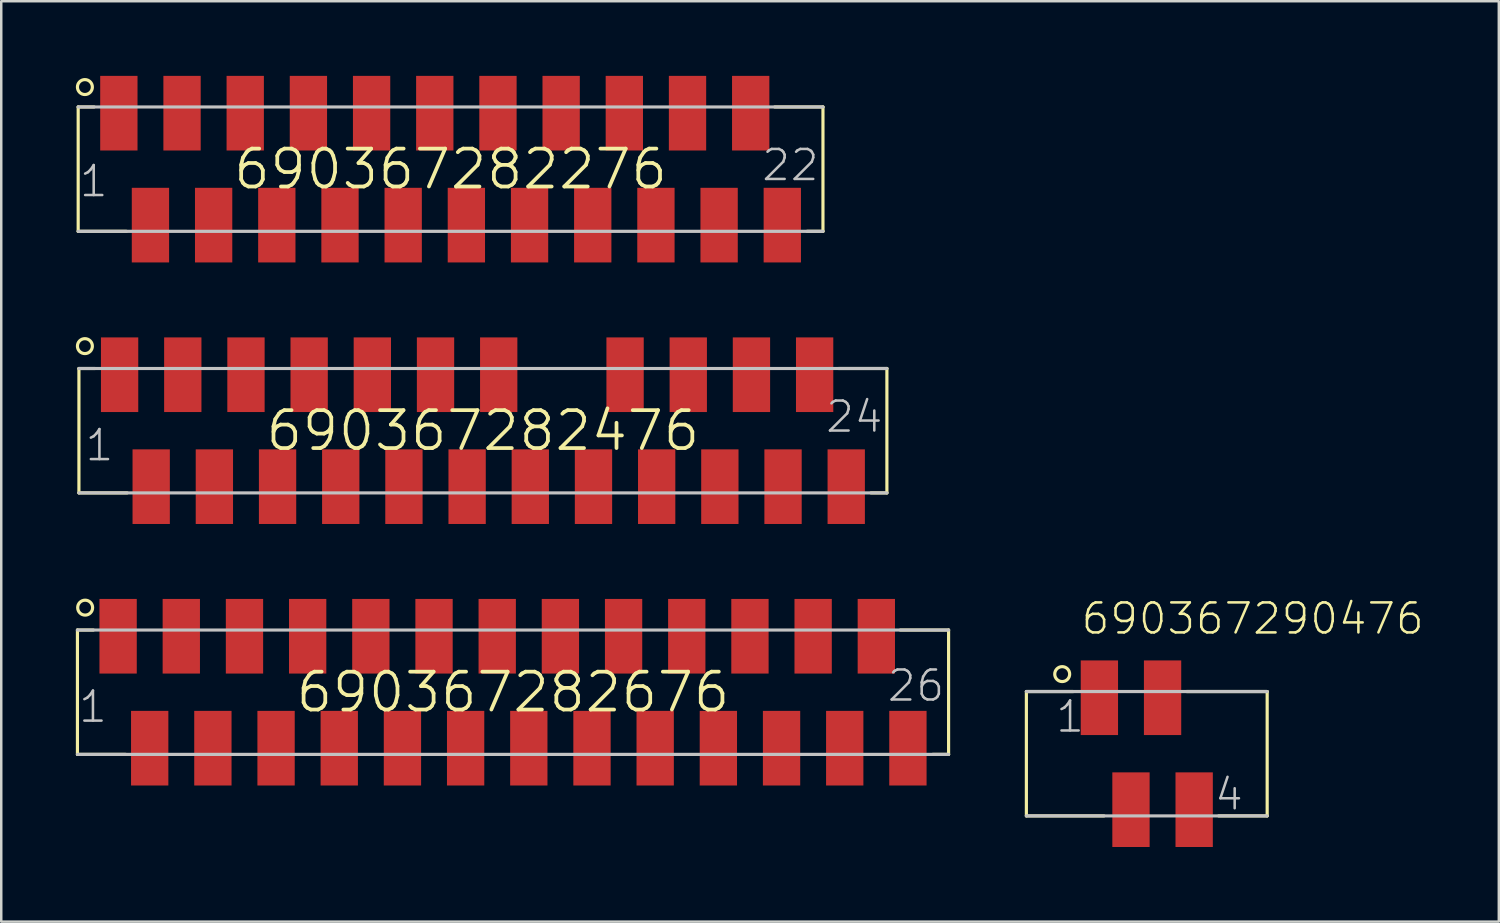
<source format=kicad_pcb>
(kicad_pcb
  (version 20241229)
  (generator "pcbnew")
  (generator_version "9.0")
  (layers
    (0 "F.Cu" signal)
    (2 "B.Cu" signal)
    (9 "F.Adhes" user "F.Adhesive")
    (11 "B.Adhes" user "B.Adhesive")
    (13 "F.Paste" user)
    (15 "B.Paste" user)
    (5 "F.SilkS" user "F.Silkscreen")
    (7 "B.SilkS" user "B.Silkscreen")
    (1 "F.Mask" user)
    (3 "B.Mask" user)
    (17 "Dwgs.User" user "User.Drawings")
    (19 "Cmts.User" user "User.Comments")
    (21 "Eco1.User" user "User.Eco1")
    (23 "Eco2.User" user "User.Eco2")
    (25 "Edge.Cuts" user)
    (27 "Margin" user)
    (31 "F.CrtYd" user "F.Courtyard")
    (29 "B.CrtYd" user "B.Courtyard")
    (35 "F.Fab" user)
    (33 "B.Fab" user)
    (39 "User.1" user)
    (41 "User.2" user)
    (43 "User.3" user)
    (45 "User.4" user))
  (footprint "690367282276"
    (layer "F.Cu")
    (at 15.063 3.75)
    (property "Reference" "690367282276" (at 0 0 0) (layer "F.SilkS") (effects (font (size 1.524 1.524) (thickness 0.15))))
    (attr through_hole)
    (fp_line (start -14.97 -2.5) (end -14.97 2.5) (stroke (width 0.127) (type solid)) (layer "F.SilkS"))
    (fp_line (start -14.33 -2.5) (end -14.97 -2.5) (stroke (width 0.127) (type solid)) (layer "F.SilkS"))
    (fp_line (start -13.03 2.5) (end -14.97 2.5) (stroke (width 0.127) (type solid)) (layer "F.SilkS"))
    (fp_line (start 13.03 -2.5) (end 14.97 -2.5) (stroke (width 0.127) (type solid)) (layer "F.SilkS"))
    (fp_line (start 14.33 2.5) (end 14.97 2.5) (stroke (width 0.127) (type solid)) (layer "F.SilkS"))
    (fp_line (start 14.97 2.5) (end 14.97 -2.5) (stroke (width 0.127) (type solid)) (layer "F.SilkS"))
    (fp_circle (center -14.7 -3.3) (end -14.4 -3.3) (stroke (width 0.127) (type solid)) (fill no) (layer "F.SilkS"))
    (fp_line (start -14.97 -2.5) (end 14.97 -2.5) (stroke (width 0.127) (type solid)) (layer "Dwgs.User"))
    (fp_line (start -14.97 2.5) (end 14.97 2.5) (stroke (width 0.127) (type solid)) (layer "Dwgs.User"))
    (fp_text user "22" (at 14.875 -0.866 0) (layer "Dwgs.User") (effects (font (size 1.206 1.206) (thickness 0.102)) (justify right top)))
    (fp_text user "1" (at -13.705 -0.218 0) (layer "Dwgs.User") (effects (font (size 1.206 1.206) (thickness 0.102)) (justify right top)))
    (pad "1" smd rect (at -13.335 -2.25) (size 1.5 3) (layers "F.Cu" "F.Mask" "F.Paste"))
    (pad "2" smd rect (at -12.065 2.25) (size 1.5 3) (layers "F.Cu" "F.Mask" "F.Paste"))
    (pad "3" smd rect (at -10.795 -2.25) (size 1.5 3) (layers "F.Cu" "F.Mask" "F.Paste"))
    (pad "4" smd rect (at -9.525 2.25) (size 1.5 3) (layers "F.Cu" "F.Mask" "F.Paste"))
    (pad "5" smd rect (at -8.255 -2.25) (size 1.5 3) (layers "F.Cu" "F.Mask" "F.Paste"))
    (pad "6" smd rect (at -6.985 2.25) (size 1.5 3) (layers "F.Cu" "F.Mask" "F.Paste"))
    (pad "7" smd rect (at -5.715 -2.25) (size 1.5 3) (layers "F.Cu" "F.Mask" "F.Paste"))
    (pad "8" smd rect (at -4.445 2.25) (size 1.5 3) (layers "F.Cu" "F.Mask" "F.Paste"))
    (pad "9" smd rect (at -3.175 -2.25) (size 1.5 3) (layers "F.Cu" "F.Mask" "F.Paste"))
    (pad "10" smd rect (at -1.905 2.25) (size 1.5 3) (layers "F.Cu" "F.Mask" "F.Paste"))
    (pad "11" smd rect (at -0.635 -2.25) (size 1.5 3) (layers "F.Cu" "F.Mask" "F.Paste"))
    (pad "12" smd rect (at 0.635 2.25) (size 1.5 3) (layers "F.Cu" "F.Mask" "F.Paste"))
    (pad "13" smd rect (at 1.905 -2.25) (size 1.5 3) (layers "F.Cu" "F.Mask" "F.Paste"))
    (pad "14" smd rect (at 3.175 2.25) (size 1.5 3) (layers "F.Cu" "F.Mask" "F.Paste"))
    (pad "15" smd rect (at 4.445 -2.25) (size 1.5 3) (layers "F.Cu" "F.Mask" "F.Paste"))
    (pad "16" smd rect (at 5.715 2.25) (size 1.5 3) (layers "F.Cu" "F.Mask" "F.Paste"))
    (pad "17" smd rect (at 6.985 -2.25) (size 1.5 3) (layers "F.Cu" "F.Mask" "F.Paste"))
    (pad "18" smd rect (at 8.255 2.25) (size 1.5 3) (layers "F.Cu" "F.Mask" "F.Paste"))
    (pad "19" smd rect (at 9.525 -2.25) (size 1.5 3) (layers "F.Cu" "F.Mask" "F.Paste"))
    (pad "20" smd rect (at 10.795 2.25) (size 1.5 3) (layers "F.Cu" "F.Mask" "F.Paste"))
    (pad "21" smd rect (at 12.065 -2.25) (size 1.5 3) (layers "F.Cu" "F.Mask" "F.Paste"))
    (pad "22" smd rect (at 13.335 2.25) (size 1.5 3) (layers "F.Cu" "F.Mask" "F.Paste")))
  (footprint "690367282676"
    (layer "F.Cu")
    (at 17.573 24.777)
    (property "Reference" "690367282676" (at 0 0 0) (layer "F.SilkS") (effects (font (size 1.524 1.524) (thickness 0.15))))
    (attr through_hole)
    (fp_line (start -17.51 -2.5) (end -17.51 2.5) (stroke (width 0.127) (type solid)) (layer "F.SilkS"))
    (fp_line (start -16.87 -2.5) (end -17.51 -2.5) (stroke (width 0.127) (type solid)) (layer "F.SilkS"))
    (fp_line (start -15.57 2.5) (end -17.51 2.5) (stroke (width 0.127) (type solid)) (layer "F.SilkS"))
    (fp_line (start 15.57 -2.5) (end 17.51 -2.5) (stroke (width 0.127) (type solid)) (layer "F.SilkS"))
    (fp_line (start 16.87 2.5) (end 17.51 2.5) (stroke (width 0.127) (type solid)) (layer "F.SilkS"))
    (fp_line (start 17.51 2.5) (end 17.51 -2.5) (stroke (width 0.127) (type solid)) (layer "F.SilkS"))
    (fp_circle (center -17.2 -3.4) (end -16.9 -3.4) (stroke (width 0.127) (type solid)) (fill no) (layer "F.SilkS"))
    (fp_line (start -17.51 -2.5) (end 17.51 -2.5) (stroke (width 0.127) (type solid)) (layer "Dwgs.User"))
    (fp_line (start -17.51 2.5) (end 17.51 2.5) (stroke (width 0.127) (type solid)) (layer "Dwgs.User"))
    (fp_text user "1" (at -16.245 -0.118 0) (layer "Dwgs.User") (effects (font (size 1.206 1.206) (thickness 0.102)) (justify right top)))
    (fp_text user "26" (at 17.415 -0.966 0) (layer "Dwgs.User") (effects (font (size 1.206 1.206) (thickness 0.102)) (justify right top)))
    (pad "1" smd rect (at -15.875 -2.25) (size 1.5 3) (layers "F.Cu" "F.Mask" "F.Paste"))
    (pad "2" smd rect (at -14.605 2.25) (size 1.5 3) (layers "F.Cu" "F.Mask" "F.Paste"))
    (pad "3" smd rect (at -13.335 -2.25) (size 1.5 3) (layers "F.Cu" "F.Mask" "F.Paste"))
    (pad "4" smd rect (at -12.065 2.25) (size 1.5 3) (layers "F.Cu" "F.Mask" "F.Paste"))
    (pad "5" smd rect (at -10.795 -2.25) (size 1.5 3) (layers "F.Cu" "F.Mask" "F.Paste"))
    (pad "6" smd rect (at -9.525 2.25) (size 1.5 3) (layers "F.Cu" "F.Mask" "F.Paste"))
    (pad "7" smd rect (at -8.255 -2.25) (size 1.5 3) (layers "F.Cu" "F.Mask" "F.Paste"))
    (pad "8" smd rect (at -6.985 2.25) (size 1.5 3) (layers "F.Cu" "F.Mask" "F.Paste"))
    (pad "9" smd rect (at -5.715 -2.25) (size 1.5 3) (layers "F.Cu" "F.Mask" "F.Paste"))
    (pad "10" smd rect (at -4.445 2.25) (size 1.5 3) (layers "F.Cu" "F.Mask" "F.Paste"))
    (pad "11" smd rect (at -3.175 -2.25) (size 1.5 3) (layers "F.Cu" "F.Mask" "F.Paste"))
    (pad "12" smd rect (at -1.905 2.25) (size 1.5 3) (layers "F.Cu" "F.Mask" "F.Paste"))
    (pad "13" smd rect (at -0.635 -2.25) (size 1.5 3) (layers "F.Cu" "F.Mask" "F.Paste"))
    (pad "14" smd rect (at 0.635 2.25) (size 1.5 3) (layers "F.Cu" "F.Mask" "F.Paste"))
    (pad "15" smd rect (at 1.905 -2.25) (size 1.5 3) (layers "F.Cu" "F.Mask" "F.Paste"))
    (pad "16" smd rect (at 3.175 2.25) (size 1.5 3) (layers "F.Cu" "F.Mask" "F.Paste"))
    (pad "17" smd rect (at 4.445 -2.25) (size 1.5 3) (layers "F.Cu" "F.Mask" "F.Paste"))
    (pad "18" smd rect (at 5.715 2.25) (size 1.5 3) (layers "F.Cu" "F.Mask" "F.Paste"))
    (pad "19" smd rect (at 6.985 -2.25) (size 1.5 3) (layers "F.Cu" "F.Mask" "F.Paste"))
    (pad "20" smd rect (at 8.255 2.25) (size 1.5 3) (layers "F.Cu" "F.Mask" "F.Paste"))
    (pad "21" smd rect (at 9.525 -2.25) (size 1.5 3) (layers "F.Cu" "F.Mask" "F.Paste"))
    (pad "22" smd rect (at 10.795 2.25) (size 1.5 3) (layers "F.Cu" "F.Mask" "F.Paste"))
    (pad "23" smd rect (at 12.065 -2.25) (size 1.5 3) (layers "F.Cu" "F.Mask" "F.Paste"))
    (pad "24" smd rect (at 13.335 2.25) (size 1.5 3) (layers "F.Cu" "F.Mask" "F.Paste"))
    (pad "25" smd rect (at 14.605 -2.25) (size 1.5 3) (layers "F.Cu" "F.Mask" "F.Paste"))
    (pad "26" smd rect (at 15.875 2.25) (size 1.5 3) (layers "F.Cu" "F.Mask" "F.Paste")))
  (footprint "690367282476"
    (layer "F.Cu")
    (at 16.363 14.264)
    (property "Reference" "690367282476" (at 0 0 0) (layer "F.SilkS") (effects (font (size 1.524 1.524) (thickness 0.15))))
    (attr through_hole)
    (fp_line (start -16.24 -2.5) (end -16.24 2.5) (stroke (width 0.127) (type solid)) (layer "F.SilkS"))
    (fp_line (start -15.6 -2.5) (end -16.24 -2.5) (stroke (width 0.127) (type solid)) (layer "F.SilkS"))
    (fp_line (start -14.3 2.5) (end -16.24 2.5) (stroke (width 0.127) (type solid)) (layer "F.SilkS"))
    (fp_line (start 14.3 -2.5) (end 16.24 -2.5) (stroke (width 0.127) (type solid)) (layer "F.SilkS"))
    (fp_line (start 15.6 2.5) (end 16.24 2.5) (stroke (width 0.127) (type solid)) (layer "F.SilkS"))
    (fp_line (start 16.24 2.5) (end 16.24 -2.5) (stroke (width 0.127) (type solid)) (layer "F.SilkS"))
    (fp_circle (center -16 -3.4) (end -15.7 -3.4) (stroke (width 0.127) (type solid)) (fill no) (layer "F.SilkS"))
    (fp_line (start -16.24 -2.5) (end 16.24 -2.5) (stroke (width 0.127) (type solid)) (layer "Dwgs.User"))
    (fp_line (start -16.24 2.5) (end 16.24 2.5) (stroke (width 0.127) (type solid)) (layer "Dwgs.User"))
    (fp_text user "24" (at 16.145 -1.266 0) (layer "Dwgs.User") (effects (font (size 1.206 1.206) (thickness 0.102)) (justify right top)))
    (fp_text user "1" (at -14.775 -0.118 0) (layer "Dwgs.User") (effects (font (size 1.206 1.206) (thickness 0.102)) (justify right top)))
    (pad "1" smd rect (at -14.605 -2.25) (size 1.5 3) (layers "F.Cu" "F.Mask" "F.Paste"))
    (pad "2" smd rect (at -13.335 2.25) (size 1.5 3) (layers "F.Cu" "F.Mask" "F.Paste"))
    (pad "3" smd rect (at -12.065 -2.25) (size 1.5 3) (layers "F.Cu" "F.Mask" "F.Paste"))
    (pad "4" smd rect (at -10.795 2.25) (size 1.5 3) (layers "F.Cu" "F.Mask" "F.Paste"))
    (pad "5" smd rect (at -9.525 -2.25) (size 1.5 3) (layers "F.Cu" "F.Mask" "F.Paste"))
    (pad "6" smd rect (at -8.255 2.25) (size 1.5 3) (layers "F.Cu" "F.Mask" "F.Paste"))
    (pad "7" smd rect (at -6.985 -2.25) (size 1.5 3) (layers "F.Cu" "F.Mask" "F.Paste"))
    (pad "8" smd rect (at -5.715 2.25) (size 1.5 3) (layers "F.Cu" "F.Mask" "F.Paste"))
    (pad "9" smd rect (at -4.445 -2.25) (size 1.5 3) (layers "F.Cu" "F.Mask" "F.Paste"))
    (pad "10" smd rect (at -3.175 2.25) (size 1.5 3) (layers "F.Cu" "F.Mask" "F.Paste"))
    (pad "11" smd rect (at -1.905 -2.25) (size 1.5 3) (layers "F.Cu" "F.Mask" "F.Paste"))
    (pad "12" smd rect (at -0.635 2.25) (size 1.5 3) (layers "F.Cu" "F.Mask" "F.Paste"))
    (pad "13" smd rect (at 0.635 -2.25) (size 1.5 3) (layers "F.Cu" "F.Mask" "F.Paste"))
    (pad "14" smd rect (at 1.905 2.25) (size 1.5 3) (layers "F.Cu" "F.Mask" "F.Paste"))
    (pad "16" smd rect (at 4.445 2.25) (size 1.5 3) (layers "F.Cu" "F.Mask" "F.Paste"))
    (pad "17" smd rect (at 5.715 -2.25) (size 1.5 3) (layers "F.Cu" "F.Mask" "F.Paste"))
    (pad "18" smd rect (at 6.985 2.25) (size 1.5 3) (layers "F.Cu" "F.Mask" "F.Paste"))
    (pad "19" smd rect (at 8.255 -2.25) (size 1.5 3) (layers "F.Cu" "F.Mask" "F.Paste"))
    (pad "20" smd rect (at 9.525 2.25) (size 1.5 3) (layers "F.Cu" "F.Mask" "F.Paste"))
    (pad "21" smd rect (at 10.795 -2.25) (size 1.5 3) (layers "F.Cu" "F.Mask" "F.Paste"))
    (pad "22" smd rect (at 12.065 2.25) (size 1.5 3) (layers "F.Cu" "F.Mask" "F.Paste"))
    (pad "23" smd rect (at 13.335 -2.25) (size 1.5 3) (layers "F.Cu" "F.Mask" "F.Paste"))
    (pad "24" smd rect (at 14.605 2.25) (size 1.5 3) (layers "F.Cu" "F.Mask" "F.Paste")))
  (footprint "690367290476"
    (layer "F.Cu")
    (at 43.05 27.249)
    (property "Reference" "690367290476" (at -2.701 -4.724 0) (layer "F.SilkS") (effects (font (size 1.206 1.206) (thickness 0.102)) (justify left bottom)))
    (attr through_hole)
    (fp_line (start -4.84 -2.5) (end -4.84 2.5) (stroke (width 0.127) (type solid)) (layer "F.SilkS"))
    (fp_line (start -2.95 -2.5) (end -4.84 -2.5) (stroke (width 0.127) (type solid)) (layer "F.SilkS"))
    (fp_line (start -1.72 2.5) (end -4.84 2.5) (stroke (width 0.127) (type solid)) (layer "F.SilkS"))
    (fp_line (start 1.6 -2.5) (end 4.84 -2.5) (stroke (width 0.127) (type solid)) (layer "F.SilkS"))
    (fp_line (start 2.89 2.5) (end 4.84 2.5) (stroke (width 0.127) (type solid)) (layer "F.SilkS"))
    (fp_line (start 4.84 2.5) (end 4.84 -2.5) (stroke (width 0.127) (type solid)) (layer "F.SilkS"))
    (fp_circle (center -3.4 -3.2) (end -3.1 -3.2) (stroke (width 0.127) (type solid)) (fill no) (layer "F.SilkS"))
    (fp_line (start -4.84 -2.5) (end 4.84 -2.5) (stroke (width 0.127) (type solid)) (layer "Dwgs.User"))
    (fp_line (start -4.84 2.5) (end 4.84 2.5) (stroke (width 0.127) (type solid)) (layer "Dwgs.User"))
    (fp_text user "1" (at -3.725 -0.782 0) (layer "Dwgs.User") (effects (font (size 1.206 1.206) (thickness 0.102)) (justify left bottom)))
    (fp_text user "4" (at 3.945 0.934 0) (layer "Dwgs.User") (effects (font (size 1.206 1.206) (thickness 0.102)) (justify right top)))
    (pad "1" smd rect (at -1.905 -2.25) (size 1.5 3) (layers "F.Cu" "F.Mask" "F.Paste"))
    (pad "2" smd rect (at -0.635 2.25) (size 1.5 3) (layers "F.Cu" "F.Mask" "F.Paste"))
    (pad "3" smd rect (at 0.635 -2.25) (size 1.5 3) (layers "F.Cu" "F.Mask" "F.Paste"))
    (pad "4" smd rect (at 1.905 2.25) (size 1.5 3) (layers "F.Cu" "F.Mask" "F.Paste")))
  (gr_rect
    (start -3 -3)
    (end 57.202 33.999)
    (stroke (width 0.1) (type default))
    (fill no)
    (layer "Edge.Cuts")))
</source>
